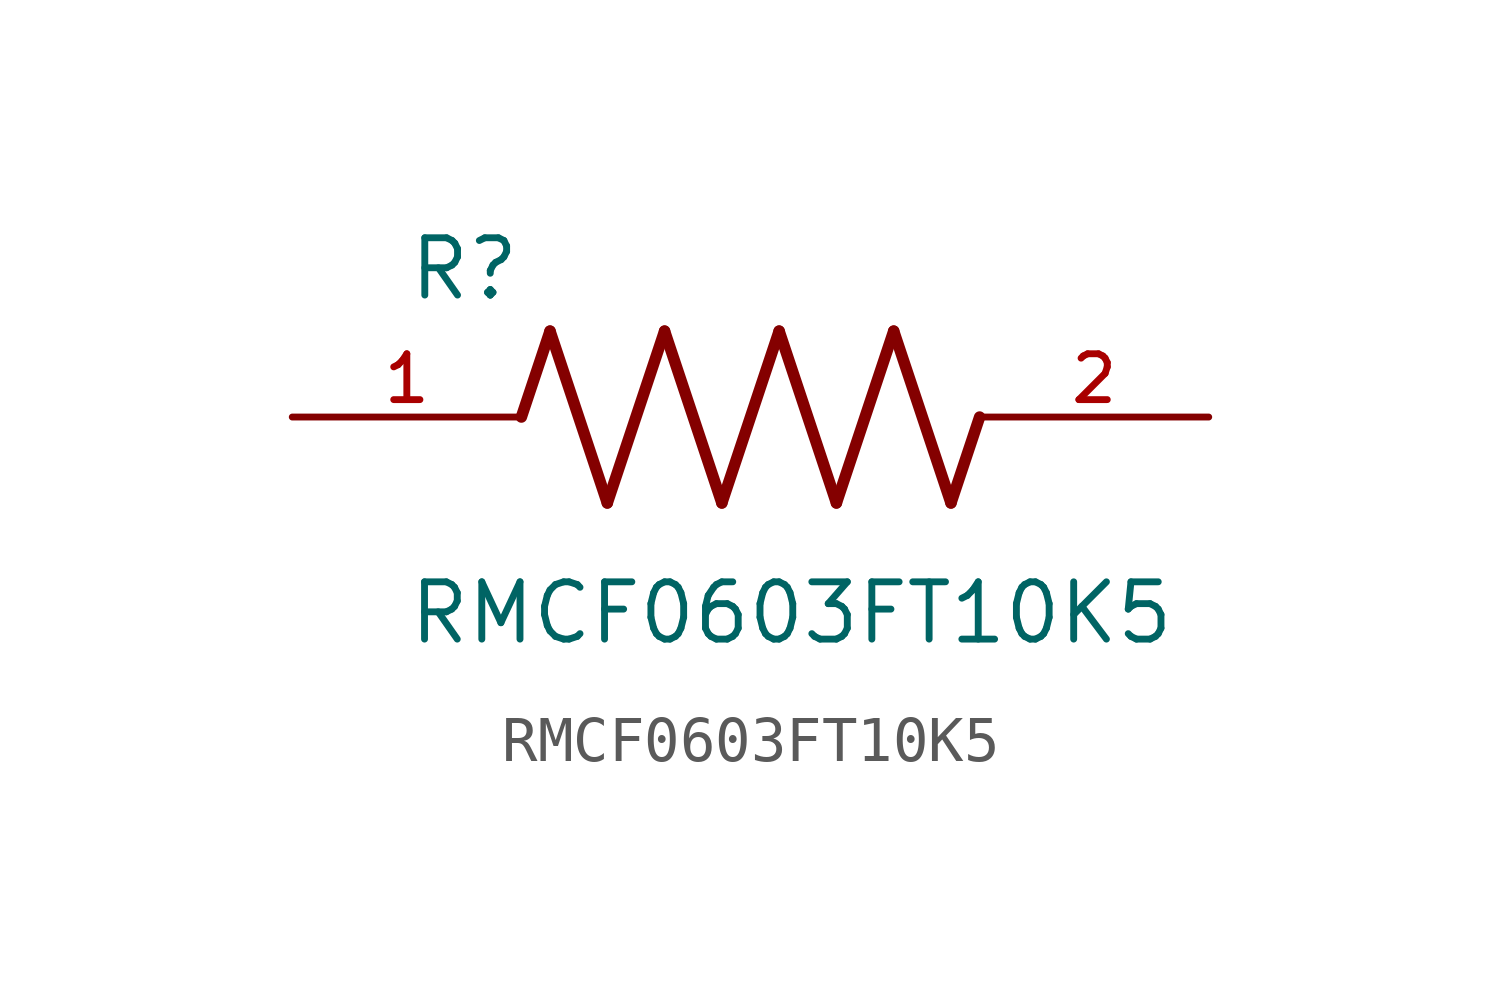
<source format=kicad_sym>
(kicad_symbol_lib
  (version 20211014)
  (generator kicad_symbol_editor)
  (symbol "RMCF0603FT10K5"
    (pin_names
      (offset 1.016))
    (property "Reference" "R"
      (at -7.624 2.541 0)
      (effects (font (size 1.27 1.27)) (justify bottom left)))
    (property "Value" "RMCF0603FT10K5"
      (at -7.63 -5.087 0)
      (effects (font (size 1.27 1.27)) (justify bottom left)))
    (symbol "RMCF0603FT10K5_0_0"
      (polyline (pts (xy -5.08 0.0) (xy -4.445 1.905)) (stroke (width 0.254)))
      (polyline (pts (xy -4.445 1.905) (xy -3.175 -1.905)) (stroke (width 0.254)))
      (polyline (pts (xy -3.175 -1.905) (xy -1.905 1.905)) (stroke (width 0.254)))
      (polyline (pts (xy -1.905 1.905) (xy -0.635 -1.905)) (stroke (width 0.254)))
      (polyline (pts (xy -0.635 -1.905) (xy 0.635 1.905)) (stroke (width 0.254)))
      (polyline (pts (xy 0.635 1.905) (xy 1.905 -1.905)) (stroke (width 0.254)))
      (polyline (pts (xy 1.905 -1.905) (xy 3.175 1.905)) (stroke (width 0.254)))
      (polyline (pts (xy 3.175 1.905) (xy 4.445 -1.905)) (stroke (width 0.254)))
      (polyline (pts (xy 4.445 -1.905) (xy 5.08 0.0)) (stroke (width 0.254)))
      (pin passive line (at -10.16 0.0 0) (length 5.08) (name "~" (effects (font (size 1.016 1.016)))) (number "1" (effects (font (size 1.016 1.016)))))
      (pin passive line (at 10.16 0.0 180.0) (length 5.08) (name "~" (effects (font (size 1.016 1.016)))) (number "2" (effects (font (size 1.016 1.016))))))))
</source>
